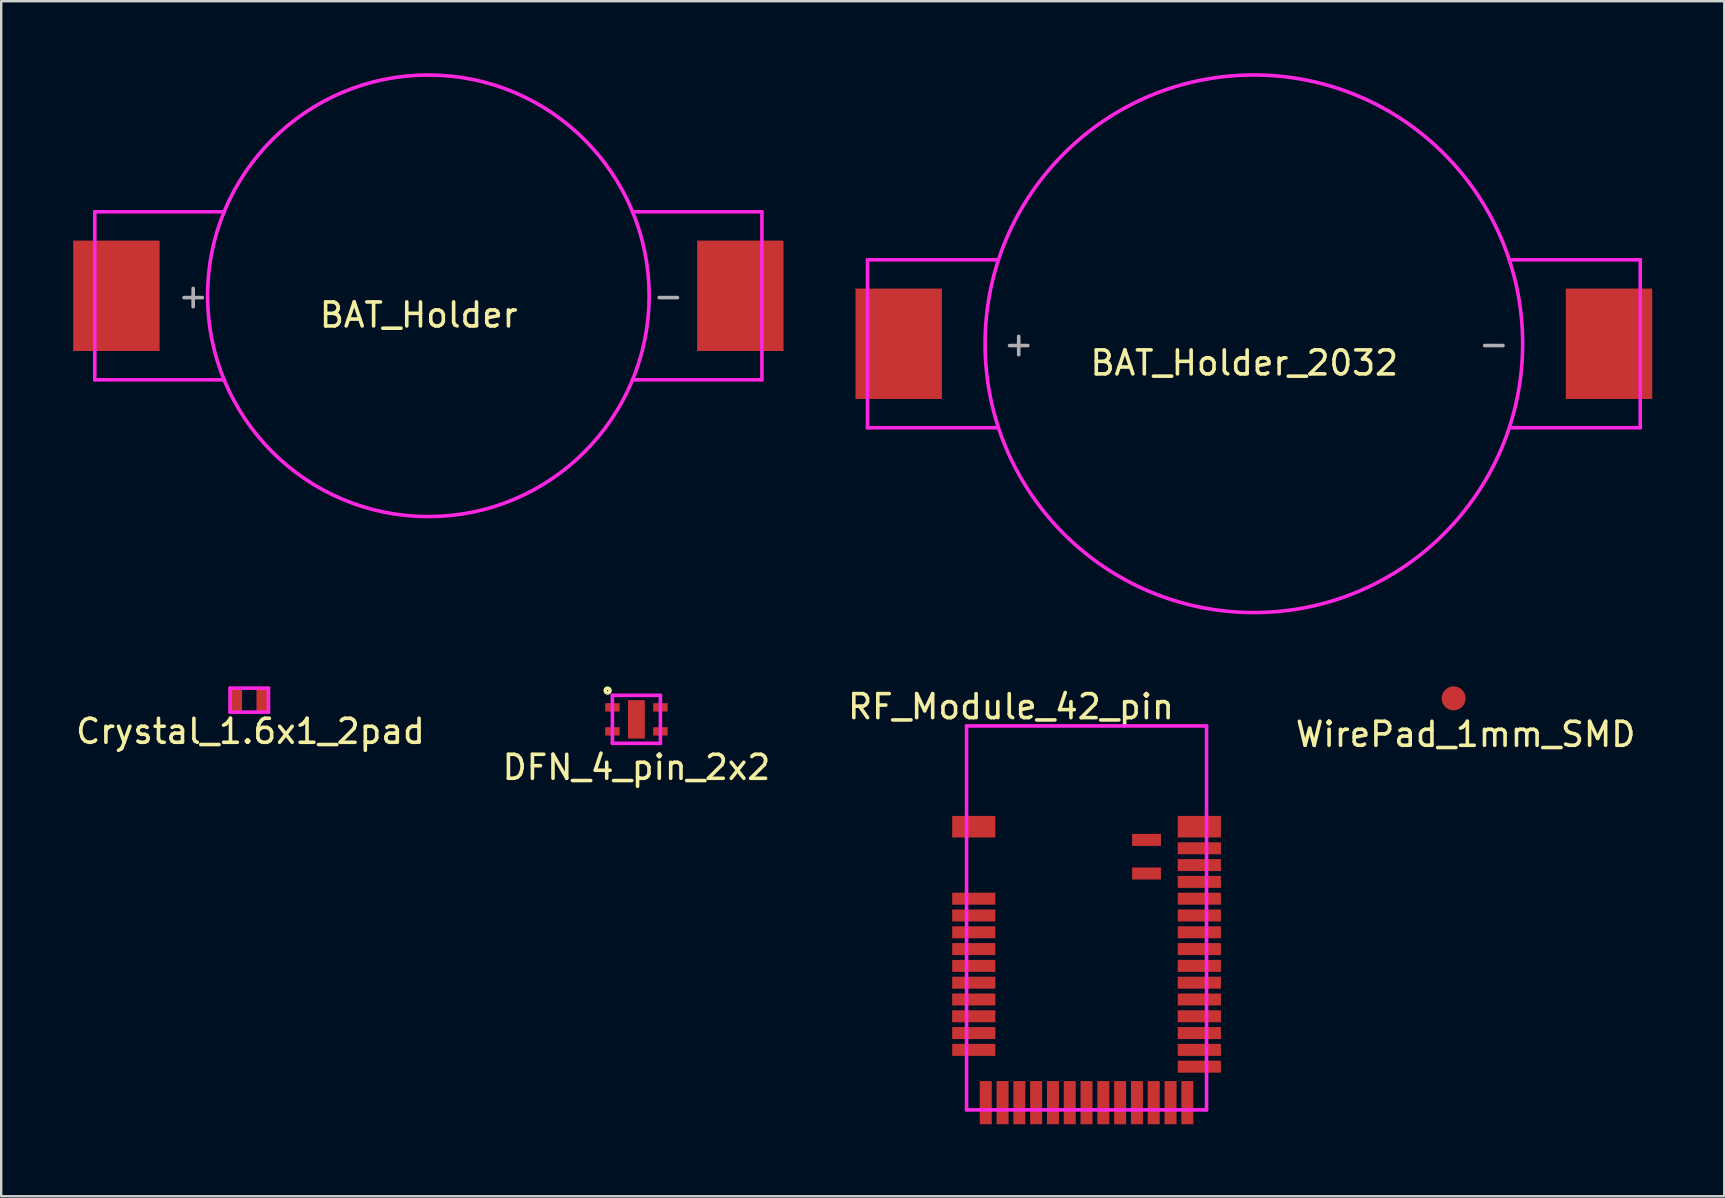
<source format=kicad_pcb>
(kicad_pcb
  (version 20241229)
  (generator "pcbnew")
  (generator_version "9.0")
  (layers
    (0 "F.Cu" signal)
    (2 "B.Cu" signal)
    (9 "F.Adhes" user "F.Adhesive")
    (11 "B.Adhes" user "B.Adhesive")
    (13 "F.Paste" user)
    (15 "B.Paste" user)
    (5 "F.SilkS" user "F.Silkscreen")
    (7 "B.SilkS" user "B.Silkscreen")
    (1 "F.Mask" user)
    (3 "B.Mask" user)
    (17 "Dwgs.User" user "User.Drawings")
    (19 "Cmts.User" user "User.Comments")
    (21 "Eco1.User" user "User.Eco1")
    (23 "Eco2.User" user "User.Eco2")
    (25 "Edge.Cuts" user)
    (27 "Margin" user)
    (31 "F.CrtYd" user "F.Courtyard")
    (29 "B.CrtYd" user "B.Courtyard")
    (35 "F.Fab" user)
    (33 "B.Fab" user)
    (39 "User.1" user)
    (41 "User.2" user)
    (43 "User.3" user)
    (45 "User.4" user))
  (footprint "Crystal_1.6x1_2pad"
    (layer "F.Cu")
    (at 7.337 26.126)
    (property "Reference" "Crystal_1.6x1_2pad" (at 0.05 1.3 0) (layer "F.SilkS") (effects (font (size 1 1) (thickness 0.15))))
    (attr through_hole)
    (fp_line (start -0.8 -0.5) (end -0.8 0.5) (stroke (width 0.15) (type solid)) (layer "F.CrtYd"))
    (fp_line (start -0.8 0.5) (end 0.8 0.5) (stroke (width 0.15) (type solid)) (layer "F.CrtYd"))
    (fp_line (start 0.8 -0.5) (end -0.8 -0.5) (stroke (width 0.15) (type solid)) (layer "F.CrtYd"))
    (fp_line (start 0.8 0.5) (end 0.8 -0.5) (stroke (width 0.15) (type solid)) (layer "F.CrtYd"))
    (pad "1" smd rect (at -0.55 0) (size 0.5 1) (layers "F.Cu" "F.Mask" "F.Paste"))
    (pad "2" smd rect (at 0.55 0) (size 0.5 1) (layers "F.Cu" "F.Mask" "F.Paste")))
  (footprint "WirePad_1mm_SMD"
    (layer "F.Cu")
    (at 57.524 26.051)
    (property "Reference" "WirePad_1mm_SMD" (at 0.5 1.5 0) (layer "F.SilkS") (effects (font (size 1 1) (thickness 0.15))))
    (attr through_hole)
    (pad "1" smd circle (at 0 0) (size 1 1) (layers "F.Cu" "F.Mask" "F.Paste")))
  (footprint "BAT_Holder_2032"
    (layer "F.Cu")
    (at 49.2 11.275)
    (property "Reference" "BAT_Holder_2032" (at -0.4 0.8 0) (layer "F.SilkS") (effects (font (size 1 1) (thickness 0.15))))
    (attr through_hole)
    (fp_line (start -16.1 -3.5) (end -10.7 -3.5) (stroke (width 0.15) (type solid)) (layer "F.CrtYd"))
    (fp_line (start -16.1 0) (end -16.1 -3.5) (stroke (width 0.15) (type solid)) (layer "F.CrtYd"))
    (fp_line (start -16.1 0) (end -16.1 3.5) (stroke (width 0.15) (type solid)) (layer "F.CrtYd"))
    (fp_line (start -16.1 3.5) (end -10.7 3.5) (stroke (width 0.15) (type solid)) (layer "F.CrtYd"))
    (fp_line (start 16.1 -3.5) (end 10.7 -3.5) (stroke (width 0.15) (type solid)) (layer "F.CrtYd"))
    (fp_line (start 16.1 -3.5) (end 16.1 3.5) (stroke (width 0.15) (type solid)) (layer "F.CrtYd"))
    (fp_line (start 16.1 3.5) (end 10.7 3.5) (stroke (width 0.15) (type solid)) (layer "F.CrtYd"))
    (fp_circle (center 0 0) (end -11.2 -0.1) (stroke (width 0.15) (type solid)) (fill no) (layer "F.CrtYd"))
    (fp_text user "-" (at 10 0 0) (layer "F.Fab") (effects (font (size 1 1) (thickness 0.15))))
    (fp_text user "+" (at -9.8 0 0) (layer "F.Fab") (effects (font (size 1 1) (thickness 0.15))))
    (pad "1" smd rect (at -14.8 0) (size 3.6 4.6) (layers "F.Cu" "F.Mask" "F.Paste"))
    (pad "2" smd rect (at 14.8 0) (size 3.6 4.6) (layers "F.Cu" "F.Mask" "F.Paste")))
  (footprint "RF_Module_42_pin"
    (layer "F.Cu")
    (at 42.227 35.199)
    (property "Reference" "RF_Module_42_pin" (at -3.15 -8.8 0) (layer "F.SilkS") (effects (font (size 1 1) (thickness 0.15))))
    (attr through_hole)
    (fp_line (start -5 -8) (end -5 8) (stroke (width 0.15) (type solid)) (layer "F.CrtYd"))
    (fp_line (start -5 8) (end 5 8) (stroke (width 0.15) (type solid)) (layer "F.CrtYd"))
    (fp_line (start 5 -8) (end -5 -8) (stroke (width 0.15) (type solid)) (layer "F.CrtYd"))
    (fp_line (start 5 8) (end 5 -8) (stroke (width 0.15) (type solid)) (layer "F.CrtYd"))
    (pad "1" smd rect (at -4.7 -3.8) (size 1.8 0.9) (layers "F.Cu" "F.Mask" "F.Paste"))
    (pad "2" smd rect (at -4.7 -0.8) (size 1.8 0.5) (layers "F.Cu" "F.Mask" "F.Paste"))
    (pad "3" smd rect (at -4.7 -0.1) (size 1.8 0.5) (layers "F.Cu" "F.Mask" "F.Paste"))
    (pad "4" smd rect (at -4.7 0.6) (size 1.8 0.5) (layers "F.Cu" "F.Mask" "F.Paste"))
    (pad "5" smd rect (at -4.7 1.3) (size 1.8 0.5) (layers "F.Cu" "F.Mask" "F.Paste"))
    (pad "6" smd rect (at -4.7 2) (size 1.8 0.5) (layers "F.Cu" "F.Mask" "F.Paste"))
    (pad "7" smd rect (at -4.7 2.7) (size 1.8 0.5) (layers "F.Cu" "F.Mask" "F.Paste"))
    (pad "8" smd rect (at -4.7 3.4) (size 1.8 0.5) (layers "F.Cu" "F.Mask" "F.Paste"))
    (pad "9" smd rect (at -4.7 4.1) (size 1.8 0.5) (layers "F.Cu" "F.Mask" "F.Paste"))
    (pad "10" smd rect (at -4.7 4.8) (size 1.8 0.5) (layers "F.Cu" "F.Mask" "F.Paste"))
    (pad "11" smd rect (at -4.7 5.5) (size 1.8 0.5) (layers "F.Cu" "F.Mask" "F.Paste"))
    (pad "12" smd rect (at -4.2 7.7) (size 0.5 1.8) (layers "F.Cu" "F.Mask" "F.Paste"))
    (pad "13" smd rect (at -3.5 7.7) (size 0.5 1.8) (layers "F.Cu" "F.Mask" "F.Paste"))
    (pad "14" smd rect (at -2.8 7.7) (size 0.5 1.8) (layers "F.Cu" "F.Mask" "F.Paste"))
    (pad "15" smd rect (at -2.1 7.7) (size 0.5 1.8) (layers "F.Cu" "F.Mask" "F.Paste"))
    (pad "16" smd rect (at -1.4 7.7) (size 0.5 1.8) (layers "F.Cu" "F.Mask" "F.Paste"))
    (pad "17" smd rect (at -0.7 7.7) (size 0.5 1.8) (layers "F.Cu" "F.Mask" "F.Paste"))
    (pad "18" smd rect (at 0 7.7) (size 0.5 1.8) (layers "F.Cu" "F.Mask" "F.Paste"))
    (pad "19" smd rect (at 0.7 7.7) (size 0.5 1.8) (layers "F.Cu" "F.Mask" "F.Paste"))
    (pad "20" smd rect (at 1.4 7.7) (size 0.5 1.8) (layers "F.Cu" "F.Mask" "F.Paste"))
    (pad "21" smd rect (at 2.1 7.7) (size 0.5 1.8) (layers "F.Cu" "F.Mask" "F.Paste"))
    (pad "22" smd rect (at 2.8 7.7) (size 0.5 1.8) (layers "F.Cu" "F.Mask" "F.Paste"))
    (pad "23" smd rect (at 3.5 7.7) (size 0.5 1.8) (layers "F.Cu" "F.Mask" "F.Paste"))
    (pad "24" smd rect (at 4.2 7.7) (size 0.5 1.8) (layers "F.Cu" "F.Mask" "F.Paste"))
    (pad "25" smd rect (at 4.7 6.2) (size 1.8 0.5) (layers "F.Cu" "F.Mask" "F.Paste"))
    (pad "26" smd rect (at 4.7 5.5) (size 1.8 0.5) (layers "F.Cu" "F.Mask" "F.Paste"))
    (pad "27" smd rect (at 4.7 4.8) (size 1.8 0.5) (layers "F.Cu" "F.Mask" "F.Paste"))
    (pad "28" smd rect (at 4.7 4.1) (size 1.8 0.5) (layers "F.Cu" "F.Mask" "F.Paste"))
    (pad "29" smd rect (at 4.7 3.4) (size 1.8 0.5) (layers "F.Cu" "F.Mask" "F.Paste"))
    (pad "30" smd rect (at 4.7 2.7) (size 1.8 0.5) (layers "F.Cu" "F.Mask" "F.Paste"))
    (pad "31" smd rect (at 4.7 2) (size 1.8 0.5) (layers "F.Cu" "F.Mask" "F.Paste"))
    (pad "32" smd rect (at 4.7 1.3) (size 1.8 0.5) (layers "F.Cu" "F.Mask" "F.Paste"))
    (pad "33" smd rect (at 4.7 0.6) (size 1.8 0.5) (layers "F.Cu" "F.Mask" "F.Paste"))
    (pad "34" smd rect (at 4.7 -0.1) (size 1.8 0.5) (layers "F.Cu" "F.Mask" "F.Paste"))
    (pad "35" smd rect (at 4.7 -0.8) (size 1.8 0.5) (layers "F.Cu" "F.Mask" "F.Paste"))
    (pad "36" smd rect (at 4.7 -1.5) (size 1.8 0.5) (layers "F.Cu" "F.Mask" "F.Paste"))
    (pad "37" smd rect (at 4.7 -2.2) (size 1.8 0.5) (layers "F.Cu" "F.Mask" "F.Paste"))
    (pad "38" smd rect (at 4.7 -2.9) (size 1.8 0.5) (layers "F.Cu" "F.Mask" "F.Paste"))
    (pad "39" smd rect (at 4.7 -3.8) (size 1.8 0.9) (layers "F.Cu" "F.Mask" "F.Paste"))
    (pad "40" smd rect (at 2.5 -3.25) (size 1.2 0.5) (layers "F.Cu" "F.Mask" "F.Paste"))
    (pad "41" smd rect (at 2.5 -1.85) (size 1.2 0.5) (layers "F.Cu" "F.Mask" "F.Paste")))
  (footprint "DFN_4_pin_2x2"
    (layer "F.Cu")
    (at 23.47 26.926)
    (property "Reference" "DFN_4_pin_2x2" (at 0 2 0) (layer "F.SilkS") (effects (font (size 1 1) (thickness 0.15))))
    (attr through_hole)
    (fp_circle (center -1.2 -1.2) (end -1.2 -1.1) (stroke (width 0.15) (type solid)) (fill no) (layer "F.SilkS"))
    (fp_line (start -1 -1) (end 1 -1) (stroke (width 0.15) (type solid)) (layer "F.CrtYd"))
    (fp_line (start -1 1) (end -1 -1) (stroke (width 0.15) (type solid)) (layer "F.CrtYd"))
    (fp_line (start 1 -1) (end 1 1) (stroke (width 0.15) (type solid)) (layer "F.CrtYd"))
    (fp_line (start 1 1) (end -1 1) (stroke (width 0.15) (type solid)) (layer "F.CrtYd"))
    (pad "1" smd rect (at -1 -0.5) (size 0.6 0.35) (layers "F.Cu" "F.Mask" "F.Paste"))
    (pad "2" smd rect (at -1 0.5) (size 0.6 0.35) (layers "F.Cu" "F.Mask" "F.Paste"))
    (pad "3" smd rect (at 1 0.5) (size 0.6 0.35) (layers "F.Cu" "F.Mask" "F.Paste"))
    (pad "4" smd rect (at 1 -0.5) (size 0.6 0.35) (layers "F.Cu" "F.Mask" "F.Paste"))
    (pad "5" smd rect (at 0 0) (size 0.7 1.6) (layers "F.Cu" "F.Mask" "F.Paste")))
  (footprint "BAT_Holder"
    (layer "F.Cu")
    (at 14.8 9.276)
    (property "Reference" "BAT_Holder" (at -0.4 0.8 0) (layer "F.SilkS") (effects (font (size 1 1) (thickness 0.15))))
    (attr through_hole)
    (fp_line (start -13.9 -3.5) (end -8.5 -3.5) (stroke (width 0.15) (type solid)) (layer "F.CrtYd"))
    (fp_line (start -13.9 0) (end -13.9 -3.5) (stroke (width 0.15) (type solid)) (layer "F.CrtYd"))
    (fp_line (start -13.9 0) (end -13.9 3.5) (stroke (width 0.15) (type solid)) (layer "F.CrtYd"))
    (fp_line (start -13.9 3.5) (end -8.5 3.5) (stroke (width 0.15) (type solid)) (layer "F.CrtYd"))
    (fp_line (start 13.9 -3.5) (end 8.5 -3.5) (stroke (width 0.15) (type solid)) (layer "F.CrtYd"))
    (fp_line (start 13.9 -3.5) (end 13.9 3.5) (stroke (width 0.15) (type solid)) (layer "F.CrtYd"))
    (fp_line (start 13.9 3.5) (end 8.5 3.5) (stroke (width 0.15) (type solid)) (layer "F.CrtYd"))
    (fp_circle (center 0 0) (end -9.2 -0.1) (stroke (width 0.15) (type solid)) (fill no) (layer "F.CrtYd"))
    (fp_text user "+" (at -9.8 0 0) (layer "F.Fab") (effects (font (size 1 1) (thickness 0.15))))
    (fp_text user "-" (at 10 0 0) (layer "F.Fab") (effects (font (size 1 1) (thickness 0.15))))
    (pad "1" smd rect (at -13 0) (size 3.6 4.6) (layers "F.Cu" "F.Mask" "F.Paste"))
    (pad "2" smd rect (at 13 0) (size 3.6 4.6) (layers "F.Cu" "F.Mask" "F.Paste")))
  (gr_rect
    (start -3 -3)
    (end 68.8 46.799)
    (stroke (width 0.1) (type default))
    (fill no)
    (layer "Edge.Cuts")))
</source>
